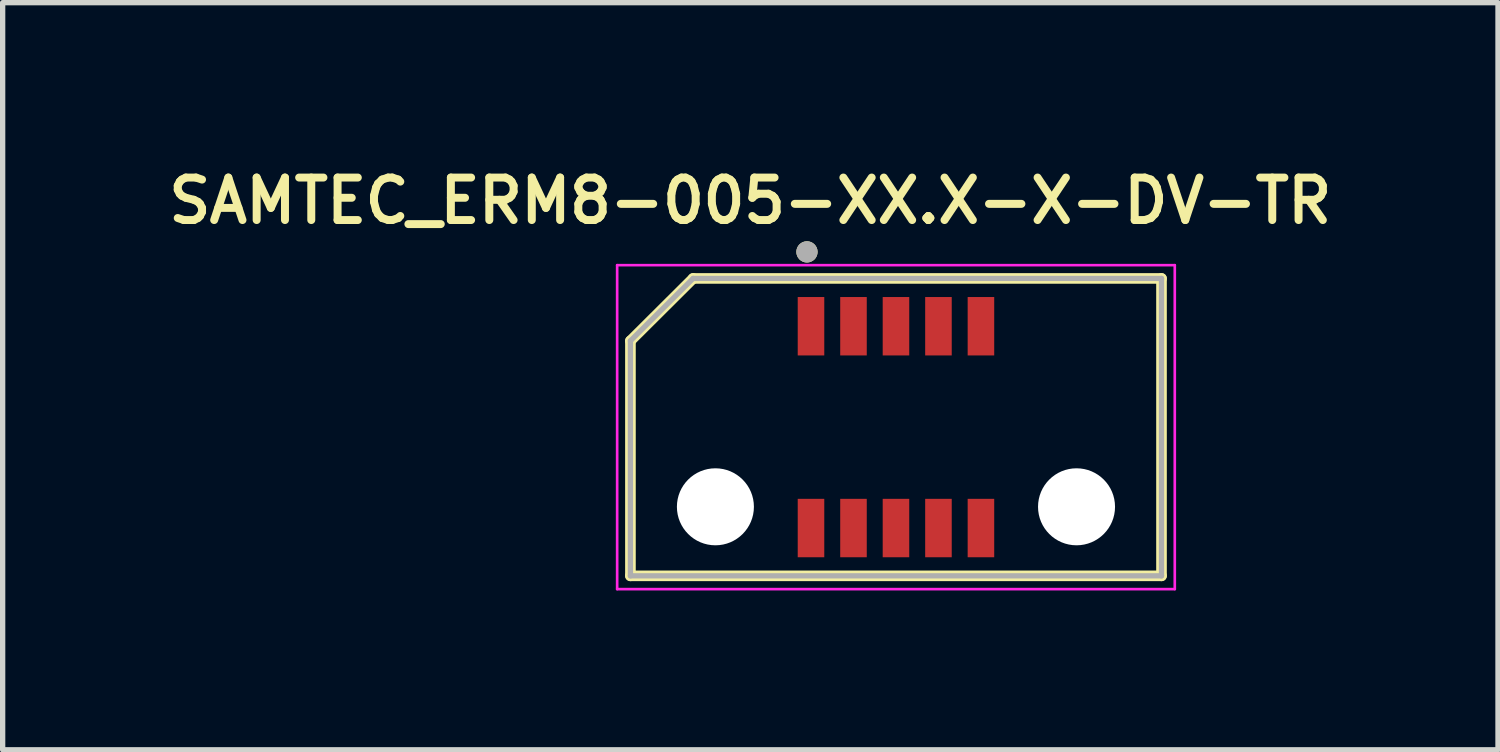
<source format=kicad_pcb>
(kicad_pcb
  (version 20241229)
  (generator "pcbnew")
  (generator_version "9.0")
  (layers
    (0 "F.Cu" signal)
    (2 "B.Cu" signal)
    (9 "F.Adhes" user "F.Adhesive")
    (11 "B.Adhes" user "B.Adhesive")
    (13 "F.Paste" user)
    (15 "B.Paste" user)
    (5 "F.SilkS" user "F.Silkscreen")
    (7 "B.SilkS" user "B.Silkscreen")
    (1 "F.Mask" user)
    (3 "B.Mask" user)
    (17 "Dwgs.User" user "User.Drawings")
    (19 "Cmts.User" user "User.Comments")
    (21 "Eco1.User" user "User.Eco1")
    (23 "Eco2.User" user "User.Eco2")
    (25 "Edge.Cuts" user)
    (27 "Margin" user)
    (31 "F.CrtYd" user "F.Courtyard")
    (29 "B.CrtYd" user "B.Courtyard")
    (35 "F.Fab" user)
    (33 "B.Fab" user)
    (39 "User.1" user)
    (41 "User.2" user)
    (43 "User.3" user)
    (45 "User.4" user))
  (footprint "SAMTEC_ERM8-005-XX.X-X-DV-TR"
    (layer "F.Cu")
    (at 13.821 4.993)
    (property "Reference" "SAMTEC_ERM8-005-XX.X-X-DV-TR" (at -2.743 -4.262 0) (layer "F.SilkS") (effects (font (size 0.8 0.8) (thickness 0.15))))
    (attr smd)
    (fp_line (start -5 -1.625) (end -3.82 -2.8) (stroke (width 0.2) (type solid)) (layer "F.SilkS"))
    (fp_line (start -5 2.8) (end -5 -1.625) (stroke (width 0.2) (type solid)) (layer "F.SilkS"))
    (fp_line (start -3.82 -2.8) (end 5 -2.8) (stroke (width 0.2) (type solid)) (layer "F.SilkS"))
    (fp_line (start 5 -2.8) (end 5 2.8) (stroke (width 0.2) (type solid)) (layer "F.SilkS"))
    (fp_line (start 5 2.8) (end -5 2.8) (stroke (width 0.2) (type solid)) (layer "F.SilkS"))
    (fp_circle (center -1.676 -3.3) (end -1.576 -3.3) (stroke (width 0.2) (type solid)) (fill no) (layer "F.SilkS"))
    (fp_line (start -5.25 -3.05) (end 5.25 -3.05) (stroke (width 0.05) (type solid)) (layer "F.CrtYd"))
    (fp_line (start -5.25 3.05) (end -5.25 -3.05) (stroke (width 0.05) (type solid)) (layer "F.CrtYd"))
    (fp_line (start 5.25 -3.05) (end 5.25 3.05) (stroke (width 0.05) (type solid)) (layer "F.CrtYd"))
    (fp_line (start 5.25 3.05) (end -5.25 3.05) (stroke (width 0.05) (type solid)) (layer "F.CrtYd"))
    (fp_line (start -5 -1.625) (end -3.82 -2.8) (stroke (width 0.1) (type solid)) (layer "F.Fab"))
    (fp_line (start -5 2.8) (end -5 -1.625) (stroke (width 0.1) (type solid)) (layer "F.Fab"))
    (fp_line (start -3.82 -2.8) (end 5 -2.8) (stroke (width 0.1) (type solid)) (layer "F.Fab"))
    (fp_line (start 5 -2.8) (end 5 2.8) (stroke (width 0.1) (type solid)) (layer "F.Fab"))
    (fp_line (start 5 2.8) (end -5 2.8) (stroke (width 0.1) (type solid)) (layer "F.Fab"))
    (fp_circle (center -1.676 -3.3) (end -1.576 -3.3) (stroke (width 0.2) (type solid)) (fill no) (layer "F.Fab"))
    (pad "" np_thru_hole circle (at -3.4 1.5) (size 1.45 1.45) (drill 1.45) (layers "*.Cu" "*.Mask"))
    (pad "" np_thru_hole circle (at 3.4 1.5) (size 1.45 1.45) (drill 1.45) (layers "*.Cu" "*.Mask"))
    (pad "01" smd rect (at -1.6 -1.9) (size 0.5 1.1) (layers "F.Cu" "F.Mask" "F.Paste"))
    (pad "02" smd rect (at -1.6 1.9) (size 0.5 1.1) (layers "F.Cu" "F.Mask" "F.Paste"))
    (pad "03" smd rect (at -0.8 -1.9) (size 0.5 1.1) (layers "F.Cu" "F.Mask" "F.Paste"))
    (pad "04" smd rect (at -0.8 1.9) (size 0.5 1.1) (layers "F.Cu" "F.Mask" "F.Paste"))
    (pad "05" smd rect (at 0 -1.9) (size 0.5 1.1) (layers "F.Cu" "F.Mask" "F.Paste"))
    (pad "06" smd rect (at 0 1.9) (size 0.5 1.1) (layers "F.Cu" "F.Mask" "F.Paste"))
    (pad "07" smd rect (at 0.8 -1.9) (size 0.5 1.1) (layers "F.Cu" "F.Mask" "F.Paste"))
    (pad "08" smd rect (at 0.8 1.9) (size 0.5 1.1) (layers "F.Cu" "F.Mask" "F.Paste"))
    (pad "09" smd rect (at 1.6 -1.9) (size 0.5 1.1) (layers "F.Cu" "F.Mask" "F.Paste"))
    (pad "10" smd rect (at 1.6 1.9) (size 0.5 1.1) (layers "F.Cu" "F.Mask" "F.Paste")))
  (gr_rect
    (start -3 -3)
    (end 25.157 11.068)
    (stroke (width 0.1) (type default))
    (fill no)
    (layer "Edge.Cuts")))
</source>
